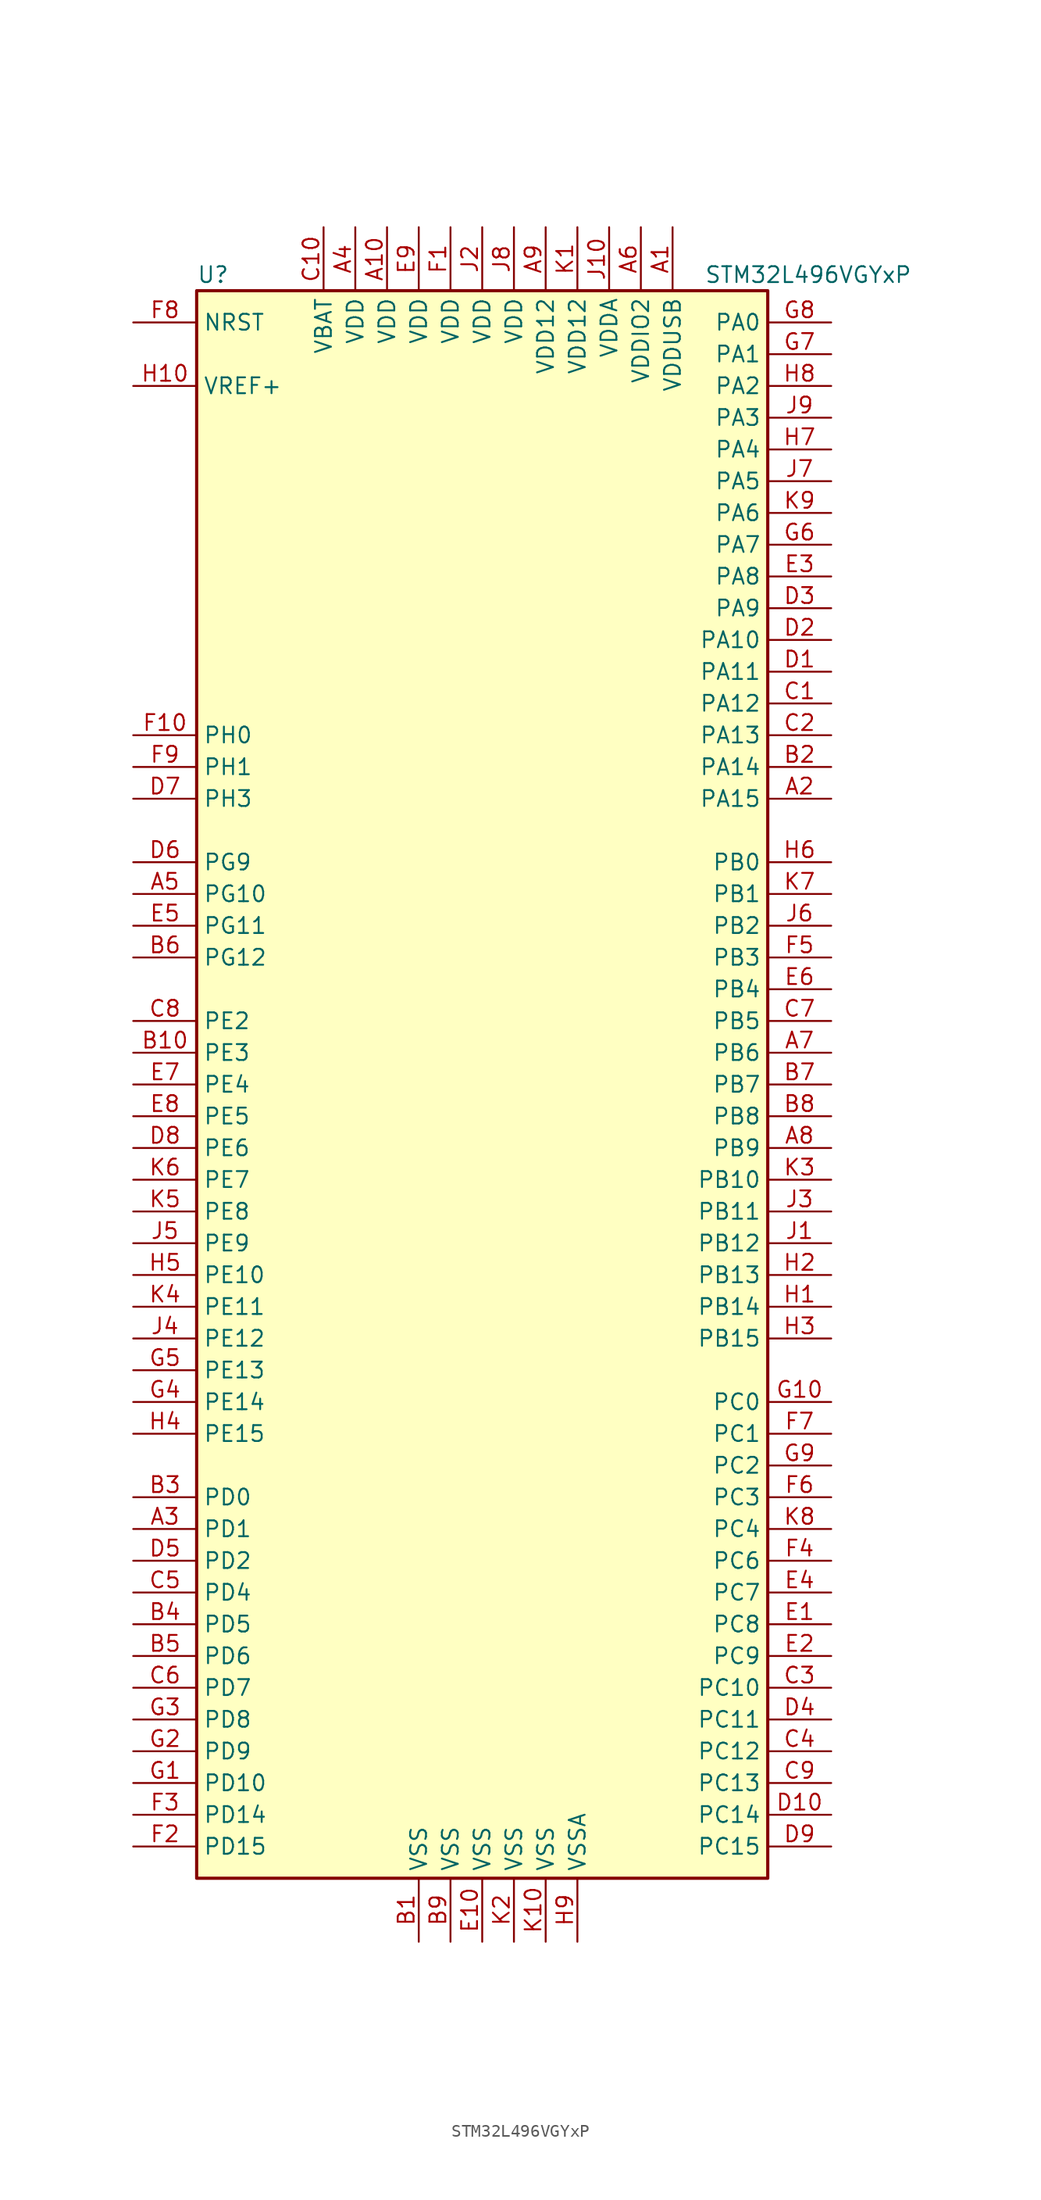
<source format=kicad_sym>
(kicad_symbol_lib
  (version 20201005)
  (generator kicad_symbol_editor)
  (symbol "STM32L496VGYxP"
    (property "Reference" "U"
      (at -22.86 64.77 0)
      (effects (font (size 1.27 1.27)) (justify left)))
    (property "Value" "STM32L496VGYxP"
      (at 17.78 64.77 0)
      (effects (font (size 1.27 1.27)) (justify left)))
    (symbol "STM32L496VGYxP_0_1"
      (rectangle (start -22.86 -63.5) (end 22.86 63.5) (stroke (width 0.254)) (fill (type background))))
    (symbol "STM32L496VGYxP_1_1"
      (pin input line (at -27.94 60.96 0) (length 5.08) (name "NRST" (effects (font (size 1.27 1.27)))) (number "F8" (effects (font (size 1.27 1.27)))))
      (pin bidirectional line (at 27.94 60.96 180) (length 5.08) (name "PA0" (effects (font (size 1.27 1.27)))) (number "G8" (effects (font (size 1.27 1.27)))))
      (pin bidirectional line (at 27.94 58.42 180) (length 5.08) (name "PA1" (effects (font (size 1.27 1.27)))) (number "G7" (effects (font (size 1.27 1.27)))))
      (pin bidirectional line (at 27.94 35.56 180) (length 5.08) (name "PA10" (effects (font (size 1.27 1.27)))) (number "D2" (effects (font (size 1.27 1.27)))))
      (pin bidirectional line (at 27.94 33.02 180) (length 5.08) (name "PA11" (effects (font (size 1.27 1.27)))) (number "D1" (effects (font (size 1.27 1.27)))))
      (pin bidirectional line (at 27.94 30.48 180) (length 5.08) (name "PA12" (effects (font (size 1.27 1.27)))) (number "C1" (effects (font (size 1.27 1.27)))))
      (pin bidirectional line (at 27.94 27.94 180) (length 5.08) (name "PA13" (effects (font (size 1.27 1.27)))) (number "C2" (effects (font (size 1.27 1.27)))))
      (pin bidirectional line (at 27.94 25.4 180) (length 5.08) (name "PA14" (effects (font (size 1.27 1.27)))) (number "B2" (effects (font (size 1.27 1.27)))))
      (pin bidirectional line (at 27.94 22.86 180) (length 5.08) (name "PA15" (effects (font (size 1.27 1.27)))) (number "A2" (effects (font (size 1.27 1.27)))))
      (pin bidirectional line (at 27.94 55.88 180) (length 5.08) (name "PA2" (effects (font (size 1.27 1.27)))) (number "H8" (effects (font (size 1.27 1.27)))))
      (pin bidirectional line (at 27.94 53.34 180) (length 5.08) (name "PA3" (effects (font (size 1.27 1.27)))) (number "J9" (effects (font (size 1.27 1.27)))))
      (pin bidirectional line (at 27.94 50.8 180) (length 5.08) (name "PA4" (effects (font (size 1.27 1.27)))) (number "H7" (effects (font (size 1.27 1.27)))))
      (pin bidirectional line (at 27.94 48.26 180) (length 5.08) (name "PA5" (effects (font (size 1.27 1.27)))) (number "J7" (effects (font (size 1.27 1.27)))))
      (pin bidirectional line (at 27.94 45.72 180) (length 5.08) (name "PA6" (effects (font (size 1.27 1.27)))) (number "K9" (effects (font (size 1.27 1.27)))))
      (pin bidirectional line (at 27.94 43.18 180) (length 5.08) (name "PA7" (effects (font (size 1.27 1.27)))) (number "G6" (effects (font (size 1.27 1.27)))))
      (pin bidirectional line (at 27.94 40.64 180) (length 5.08) (name "PA8" (effects (font (size 1.27 1.27)))) (number "E3" (effects (font (size 1.27 1.27)))))
      (pin bidirectional line (at 27.94 38.1 180) (length 5.08) (name "PA9" (effects (font (size 1.27 1.27)))) (number "D3" (effects (font (size 1.27 1.27)))))
      (pin bidirectional line (at 27.94 17.78 180) (length 5.08) (name "PB0" (effects (font (size 1.27 1.27)))) (number "H6" (effects (font (size 1.27 1.27)))))
      (pin bidirectional line (at 27.94 15.24 180) (length 5.08) (name "PB1" (effects (font (size 1.27 1.27)))) (number "K7" (effects (font (size 1.27 1.27)))))
      (pin bidirectional line (at 27.94 -7.62 180) (length 5.08) (name "PB10" (effects (font (size 1.27 1.27)))) (number "K3" (effects (font (size 1.27 1.27)))))
      (pin bidirectional line (at 27.94 -10.16 180) (length 5.08) (name "PB11" (effects (font (size 1.27 1.27)))) (number "J3" (effects (font (size 1.27 1.27)))))
      (pin bidirectional line (at 27.94 -12.7 180) (length 5.08) (name "PB12" (effects (font (size 1.27 1.27)))) (number "J1" (effects (font (size 1.27 1.27)))))
      (pin bidirectional line (at 27.94 -15.24 180) (length 5.08) (name "PB13" (effects (font (size 1.27 1.27)))) (number "H2" (effects (font (size 1.27 1.27)))))
      (pin bidirectional line (at 27.94 -17.78 180) (length 5.08) (name "PB14" (effects (font (size 1.27 1.27)))) (number "H1" (effects (font (size 1.27 1.27)))))
      (pin bidirectional line (at 27.94 -20.32 180) (length 5.08) (name "PB15" (effects (font (size 1.27 1.27)))) (number "H3" (effects (font (size 1.27 1.27)))))
      (pin bidirectional line (at 27.94 12.7 180) (length 5.08) (name "PB2" (effects (font (size 1.27 1.27)))) (number "J6" (effects (font (size 1.27 1.27)))))
      (pin bidirectional line (at 27.94 10.16 180) (length 5.08) (name "PB3" (effects (font (size 1.27 1.27)))) (number "F5" (effects (font (size 1.27 1.27)))))
      (pin bidirectional line (at 27.94 7.62 180) (length 5.08) (name "PB4" (effects (font (size 1.27 1.27)))) (number "E6" (effects (font (size 1.27 1.27)))))
      (pin bidirectional line (at 27.94 5.08 180) (length 5.08) (name "PB5" (effects (font (size 1.27 1.27)))) (number "C7" (effects (font (size 1.27 1.27)))))
      (pin bidirectional line (at 27.94 2.54 180) (length 5.08) (name "PB6" (effects (font (size 1.27 1.27)))) (number "A7" (effects (font (size 1.27 1.27)))))
      (pin bidirectional line (at 27.94 0 180) (length 5.08) (name "PB7" (effects (font (size 1.27 1.27)))) (number "B7" (effects (font (size 1.27 1.27)))))
      (pin bidirectional line (at 27.94 -2.54 180) (length 5.08) (name "PB8" (effects (font (size 1.27 1.27)))) (number "B8" (effects (font (size 1.27 1.27)))))
      (pin bidirectional line (at 27.94 -5.08 180) (length 5.08) (name "PB9" (effects (font (size 1.27 1.27)))) (number "A8" (effects (font (size 1.27 1.27)))))
      (pin bidirectional line (at 27.94 -25.4 180) (length 5.08) (name "PC0" (effects (font (size 1.27 1.27)))) (number "G10" (effects (font (size 1.27 1.27)))))
      (pin bidirectional line (at 27.94 -27.94 180) (length 5.08) (name "PC1" (effects (font (size 1.27 1.27)))) (number "F7" (effects (font (size 1.27 1.27)))))
      (pin bidirectional line (at 27.94 -48.26 180) (length 5.08) (name "PC10" (effects (font (size 1.27 1.27)))) (number "C3" (effects (font (size 1.27 1.27)))))
      (pin bidirectional line (at 27.94 -50.8 180) (length 5.08) (name "PC11" (effects (font (size 1.27 1.27)))) (number "D4" (effects (font (size 1.27 1.27)))))
      (pin bidirectional line (at 27.94 -53.34 180) (length 5.08) (name "PC12" (effects (font (size 1.27 1.27)))) (number "C4" (effects (font (size 1.27 1.27)))))
      (pin bidirectional line (at 27.94 -55.88 180) (length 5.08) (name "PC13" (effects (font (size 1.27 1.27)))) (number "C9" (effects (font (size 1.27 1.27)))))
      (pin bidirectional line (at 27.94 -58.42 180) (length 5.08) (name "PC14" (effects (font (size 1.27 1.27)))) (number "D10" (effects (font (size 1.27 1.27)))))
      (pin bidirectional line (at 27.94 -60.96 180) (length 5.08) (name "PC15" (effects (font (size 1.27 1.27)))) (number "D9" (effects (font (size 1.27 1.27)))))
      (pin bidirectional line (at 27.94 -30.48 180) (length 5.08) (name "PC2" (effects (font (size 1.27 1.27)))) (number "G9" (effects (font (size 1.27 1.27)))))
      (pin bidirectional line (at 27.94 -33.02 180) (length 5.08) (name "PC3" (effects (font (size 1.27 1.27)))) (number "F6" (effects (font (size 1.27 1.27)))))
      (pin bidirectional line (at 27.94 -35.56 180) (length 5.08) (name "PC4" (effects (font (size 1.27 1.27)))) (number "K8" (effects (font (size 1.27 1.27)))))
      (pin bidirectional line (at 27.94 -38.1 180) (length 5.08) (name "PC6" (effects (font (size 1.27 1.27)))) (number "F4" (effects (font (size 1.27 1.27)))))
      (pin bidirectional line (at 27.94 -40.64 180) (length 5.08) (name "PC7" (effects (font (size 1.27 1.27)))) (number "E4" (effects (font (size 1.27 1.27)))))
      (pin bidirectional line (at 27.94 -43.18 180) (length 5.08) (name "PC8" (effects (font (size 1.27 1.27)))) (number "E1" (effects (font (size 1.27 1.27)))))
      (pin bidirectional line (at 27.94 -45.72 180) (length 5.08) (name "PC9" (effects (font (size 1.27 1.27)))) (number "E2" (effects (font (size 1.27 1.27)))))
      (pin bidirectional line (at -27.94 -33.02 0) (length 5.08) (name "PD0" (effects (font (size 1.27 1.27)))) (number "B3" (effects (font (size 1.27 1.27)))))
      (pin bidirectional line (at -27.94 -35.56 0) (length 5.08) (name "PD1" (effects (font (size 1.27 1.27)))) (number "A3" (effects (font (size 1.27 1.27)))))
      (pin bidirectional line (at -27.94 -55.88 0) (length 5.08) (name "PD10" (effects (font (size 1.27 1.27)))) (number "G1" (effects (font (size 1.27 1.27)))))
      (pin bidirectional line (at -27.94 -58.42 0) (length 5.08) (name "PD14" (effects (font (size 1.27 1.27)))) (number "F3" (effects (font (size 1.27 1.27)))))
      (pin bidirectional line (at -27.94 -60.96 0) (length 5.08) (name "PD15" (effects (font (size 1.27 1.27)))) (number "F2" (effects (font (size 1.27 1.27)))))
      (pin bidirectional line (at -27.94 -38.1 0) (length 5.08) (name "PD2" (effects (font (size 1.27 1.27)))) (number "D5" (effects (font (size 1.27 1.27)))))
      (pin bidirectional line (at -27.94 -40.64 0) (length 5.08) (name "PD4" (effects (font (size 1.27 1.27)))) (number "C5" (effects (font (size 1.27 1.27)))))
      (pin bidirectional line (at -27.94 -43.18 0) (length 5.08) (name "PD5" (effects (font (size 1.27 1.27)))) (number "B4" (effects (font (size 1.27 1.27)))))
      (pin bidirectional line (at -27.94 -45.72 0) (length 5.08) (name "PD6" (effects (font (size 1.27 1.27)))) (number "B5" (effects (font (size 1.27 1.27)))))
      (pin bidirectional line (at -27.94 -48.26 0) (length 5.08) (name "PD7" (effects (font (size 1.27 1.27)))) (number "C6" (effects (font (size 1.27 1.27)))))
      (pin bidirectional line (at -27.94 -50.8 0) (length 5.08) (name "PD8" (effects (font (size 1.27 1.27)))) (number "G3" (effects (font (size 1.27 1.27)))))
      (pin bidirectional line (at -27.94 -53.34 0) (length 5.08) (name "PD9" (effects (font (size 1.27 1.27)))) (number "G2" (effects (font (size 1.27 1.27)))))
      (pin bidirectional line (at -27.94 -15.24 0) (length 5.08) (name "PE10" (effects (font (size 1.27 1.27)))) (number "H5" (effects (font (size 1.27 1.27)))))
      (pin bidirectional line (at -27.94 -17.78 0) (length 5.08) (name "PE11" (effects (font (size 1.27 1.27)))) (number "K4" (effects (font (size 1.27 1.27)))))
      (pin bidirectional line (at -27.94 -20.32 0) (length 5.08) (name "PE12" (effects (font (size 1.27 1.27)))) (number "J4" (effects (font (size 1.27 1.27)))))
      (pin bidirectional line (at -27.94 -22.86 0) (length 5.08) (name "PE13" (effects (font (size 1.27 1.27)))) (number "G5" (effects (font (size 1.27 1.27)))))
      (pin bidirectional line (at -27.94 -25.4 0) (length 5.08) (name "PE14" (effects (font (size 1.27 1.27)))) (number "G4" (effects (font (size 1.27 1.27)))))
      (pin bidirectional line (at -27.94 -27.94 0) (length 5.08) (name "PE15" (effects (font (size 1.27 1.27)))) (number "H4" (effects (font (size 1.27 1.27)))))
      (pin bidirectional line (at -27.94 5.08 0) (length 5.08) (name "PE2" (effects (font (size 1.27 1.27)))) (number "C8" (effects (font (size 1.27 1.27)))))
      (pin bidirectional line (at -27.94 2.54 0) (length 5.08) (name "PE3" (effects (font (size 1.27 1.27)))) (number "B10" (effects (font (size 1.27 1.27)))))
      (pin bidirectional line (at -27.94 0 0) (length 5.08) (name "PE4" (effects (font (size 1.27 1.27)))) (number "E7" (effects (font (size 1.27 1.27)))))
      (pin bidirectional line (at -27.94 -2.54 0) (length 5.08) (name "PE5" (effects (font (size 1.27 1.27)))) (number "E8" (effects (font (size 1.27 1.27)))))
      (pin bidirectional line (at -27.94 -5.08 0) (length 5.08) (name "PE6" (effects (font (size 1.27 1.27)))) (number "D8" (effects (font (size 1.27 1.27)))))
      (pin bidirectional line (at -27.94 -7.62 0) (length 5.08) (name "PE7" (effects (font (size 1.27 1.27)))) (number "K6" (effects (font (size 1.27 1.27)))))
      (pin bidirectional line (at -27.94 -10.16 0) (length 5.08) (name "PE8" (effects (font (size 1.27 1.27)))) (number "K5" (effects (font (size 1.27 1.27)))))
      (pin bidirectional line (at -27.94 -12.7 0) (length 5.08) (name "PE9" (effects (font (size 1.27 1.27)))) (number "J5" (effects (font (size 1.27 1.27)))))
      (pin bidirectional line (at -27.94 15.24 0) (length 5.08) (name "PG10" (effects (font (size 1.27 1.27)))) (number "A5" (effects (font (size 1.27 1.27)))))
      (pin bidirectional line (at -27.94 12.7 0) (length 5.08) (name "PG11" (effects (font (size 1.27 1.27)))) (number "E5" (effects (font (size 1.27 1.27)))))
      (pin bidirectional line (at -27.94 10.16 0) (length 5.08) (name "PG12" (effects (font (size 1.27 1.27)))) (number "B6" (effects (font (size 1.27 1.27)))))
      (pin bidirectional line (at -27.94 17.78 0) (length 5.08) (name "PG9" (effects (font (size 1.27 1.27)))) (number "D6" (effects (font (size 1.27 1.27)))))
      (pin input line (at -27.94 27.94 0) (length 5.08) (name "PH0" (effects (font (size 1.27 1.27)))) (number "F10" (effects (font (size 1.27 1.27)))))
      (pin input line (at -27.94 25.4 0) (length 5.08) (name "PH1" (effects (font (size 1.27 1.27)))) (number "F9" (effects (font (size 1.27 1.27)))))
      (pin bidirectional line (at -27.94 22.86 0) (length 5.08) (name "PH3" (effects (font (size 1.27 1.27)))) (number "D7" (effects (font (size 1.27 1.27)))))
      (pin power_in line (at -12.7 68.58 270) (length 5.08) (name "VBAT" (effects (font (size 1.27 1.27)))) (number "C10" (effects (font (size 1.27 1.27)))))
      (pin power_in line (at -7.62 68.58 270) (length 5.08) (name "VDD" (effects (font (size 1.27 1.27)))) (number "A10" (effects (font (size 1.27 1.27)))))
      (pin power_in line (at -10.16 68.58 270) (length 5.08) (name "VDD" (effects (font (size 1.27 1.27)))) (number "A4" (effects (font (size 1.27 1.27)))))
      (pin power_in line (at -5.08 68.58 270) (length 5.08) (name "VDD" (effects (font (size 1.27 1.27)))) (number "E9" (effects (font (size 1.27 1.27)))))
      (pin power_in line (at -2.54 68.58 270) (length 5.08) (name "VDD" (effects (font (size 1.27 1.27)))) (number "F1" (effects (font (size 1.27 1.27)))))
      (pin power_in line (at 0 68.58 270) (length 5.08) (name "VDD" (effects (font (size 1.27 1.27)))) (number "J2" (effects (font (size 1.27 1.27)))))
      (pin power_in line (at 2.54 68.58 270) (length 5.08) (name "VDD" (effects (font (size 1.27 1.27)))) (number "J8" (effects (font (size 1.27 1.27)))))
      (pin power_in line (at 5.08 68.58 270) (length 5.08) (name "VDD12" (effects (font (size 1.27 1.27)))) (number "A9" (effects (font (size 1.27 1.27)))))
      (pin power_in line (at 7.62 68.58 270) (length 5.08) (name "VDD12" (effects (font (size 1.27 1.27)))) (number "K1" (effects (font (size 1.27 1.27)))))
      (pin power_in line (at 10.16 68.58 270) (length 5.08) (name "VDDA" (effects (font (size 1.27 1.27)))) (number "J10" (effects (font (size 1.27 1.27)))))
      (pin power_in line (at 12.7 68.58 270) (length 5.08) (name "VDDIO2" (effects (font (size 1.27 1.27)))) (number "A6" (effects (font (size 1.27 1.27)))))
      (pin power_in line (at 15.24 68.58 270) (length 5.08) (name "VDDUSB" (effects (font (size 1.27 1.27)))) (number "A1" (effects (font (size 1.27 1.27)))))
      (pin bidirectional line (at -27.94 55.88 0) (length 5.08) (name "VREF+" (effects (font (size 1.27 1.27)))) (number "H10" (effects (font (size 1.27 1.27)))))
      (pin power_in line (at -5.08 -68.58 90) (length 5.08) (name "VSS" (effects (font (size 1.27 1.27)))) (number "B1" (effects (font (size 1.27 1.27)))))
      (pin power_in line (at -2.54 -68.58 90) (length 5.08) (name "VSS" (effects (font (size 1.27 1.27)))) (number "B9" (effects (font (size 1.27 1.27)))))
      (pin power_in line (at 0 -68.58 90) (length 5.08) (name "VSS" (effects (font (size 1.27 1.27)))) (number "E10" (effects (font (size 1.27 1.27)))))
      (pin power_in line (at 5.08 -68.58 90) (length 5.08) (name "VSS" (effects (font (size 1.27 1.27)))) (number "K10" (effects (font (size 1.27 1.27)))))
      (pin power_in line (at 2.54 -68.58 90) (length 5.08) (name "VSS" (effects (font (size 1.27 1.27)))) (number "K2" (effects (font (size 1.27 1.27)))))
      (pin power_in line (at 7.62 -68.58 90) (length 5.08) (name "VSSA" (effects (font (size 1.27 1.27)))) (number "H9" (effects (font (size 1.27 1.27))))))))
</source>
